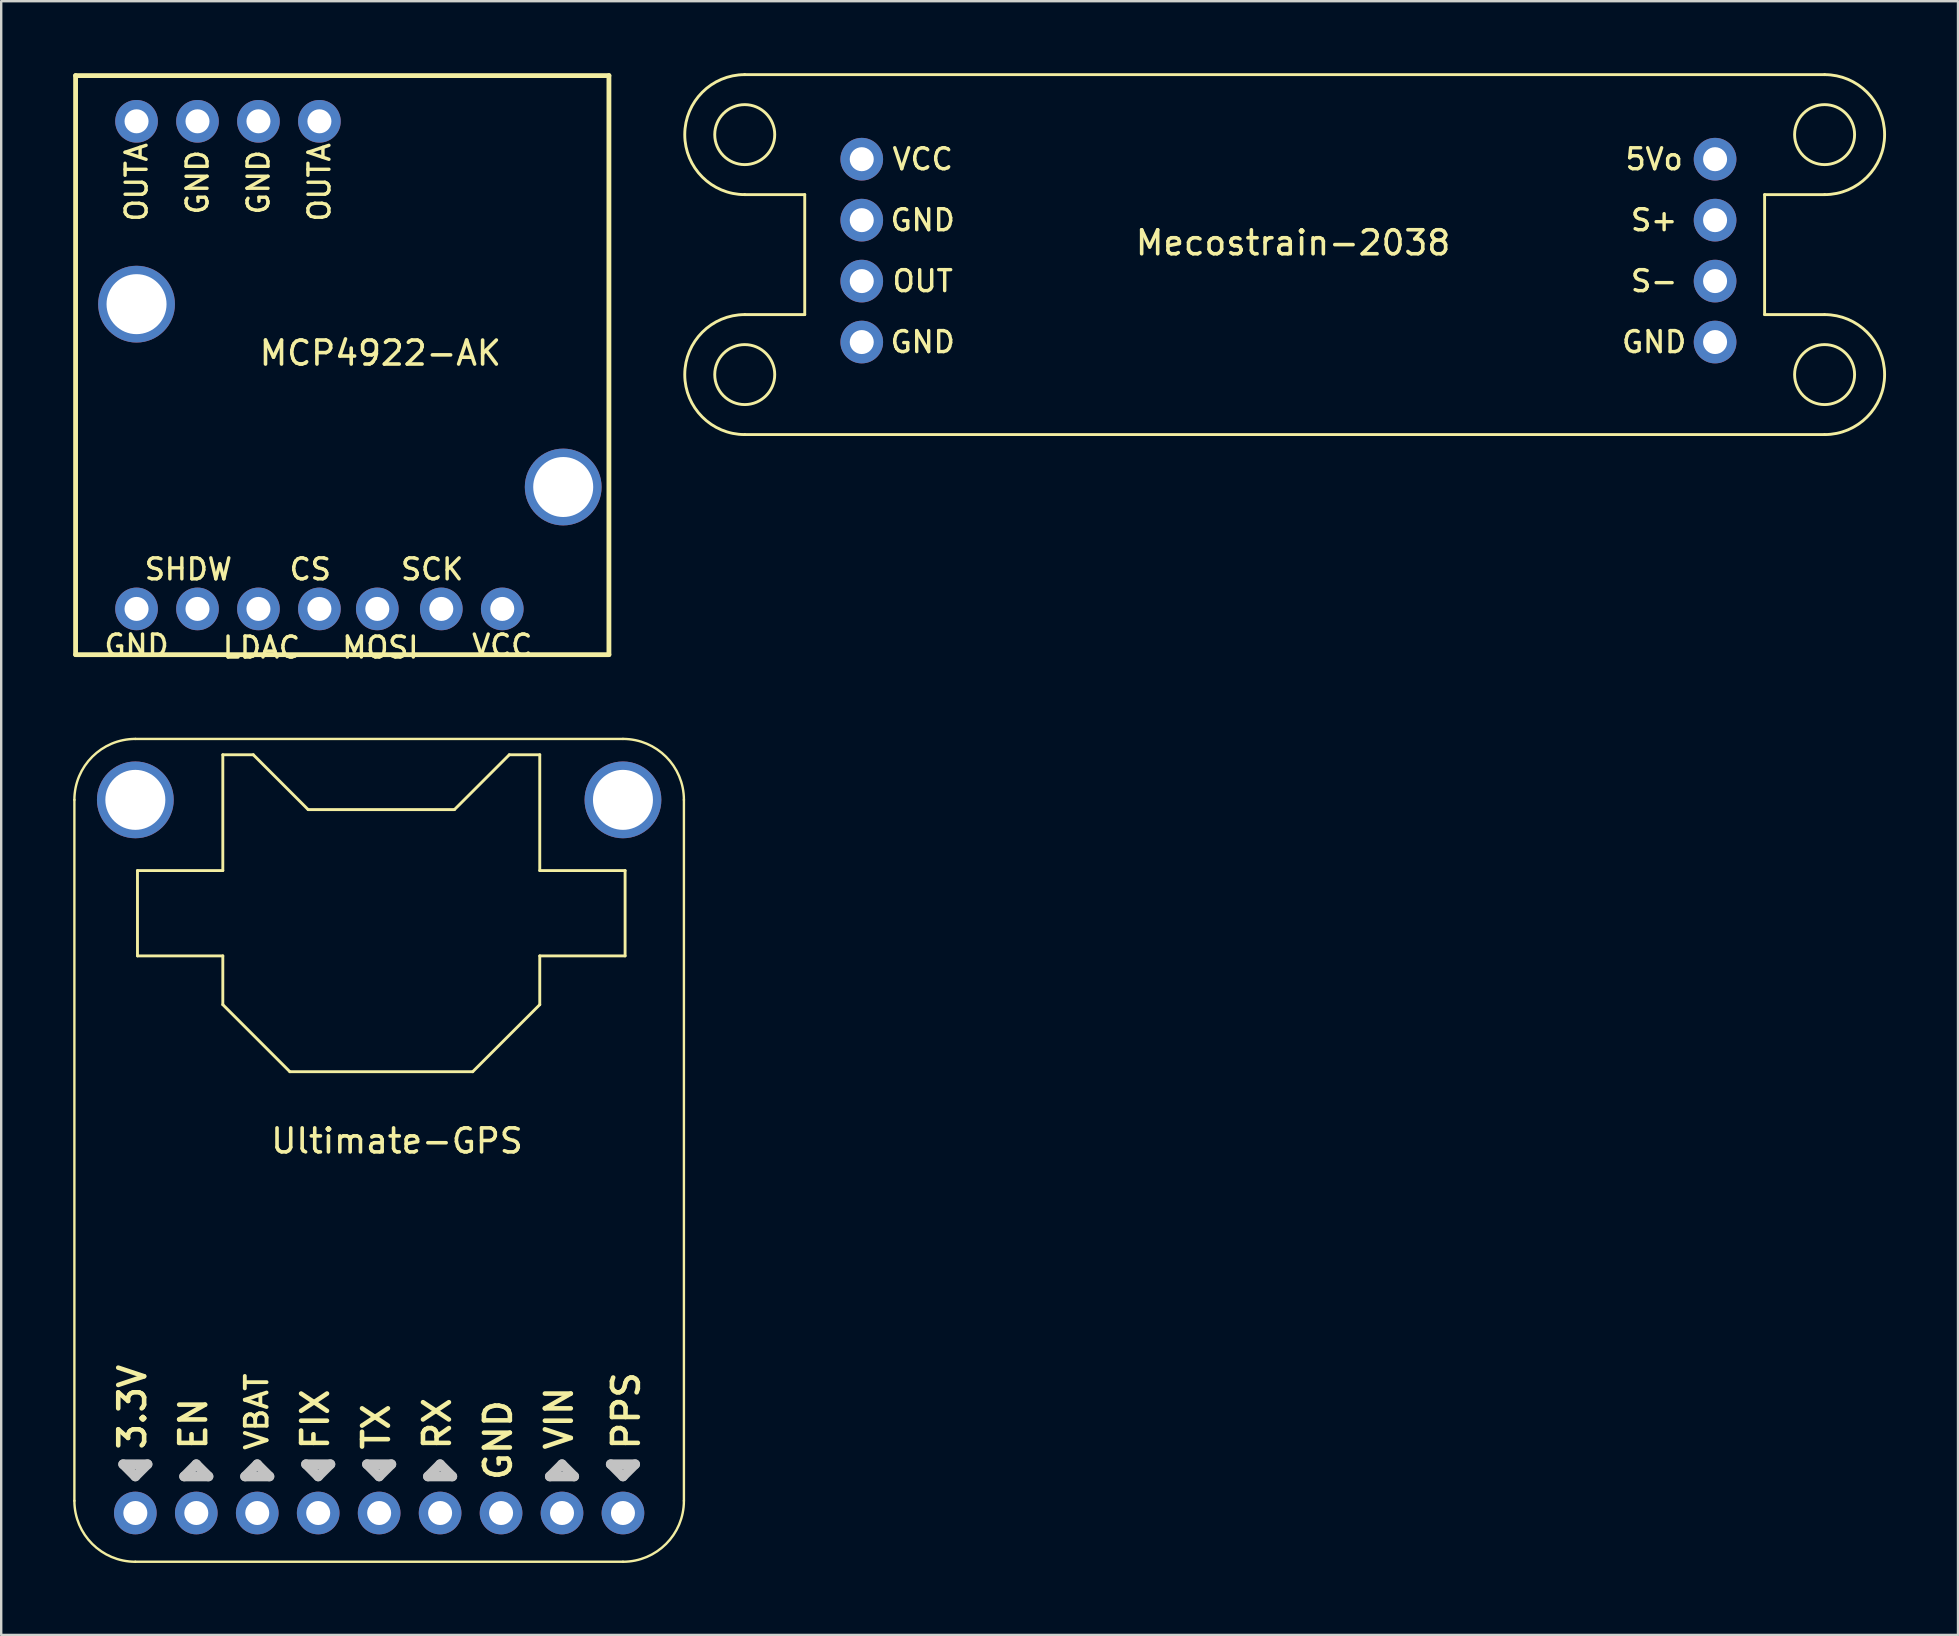
<source format=kicad_pcb>
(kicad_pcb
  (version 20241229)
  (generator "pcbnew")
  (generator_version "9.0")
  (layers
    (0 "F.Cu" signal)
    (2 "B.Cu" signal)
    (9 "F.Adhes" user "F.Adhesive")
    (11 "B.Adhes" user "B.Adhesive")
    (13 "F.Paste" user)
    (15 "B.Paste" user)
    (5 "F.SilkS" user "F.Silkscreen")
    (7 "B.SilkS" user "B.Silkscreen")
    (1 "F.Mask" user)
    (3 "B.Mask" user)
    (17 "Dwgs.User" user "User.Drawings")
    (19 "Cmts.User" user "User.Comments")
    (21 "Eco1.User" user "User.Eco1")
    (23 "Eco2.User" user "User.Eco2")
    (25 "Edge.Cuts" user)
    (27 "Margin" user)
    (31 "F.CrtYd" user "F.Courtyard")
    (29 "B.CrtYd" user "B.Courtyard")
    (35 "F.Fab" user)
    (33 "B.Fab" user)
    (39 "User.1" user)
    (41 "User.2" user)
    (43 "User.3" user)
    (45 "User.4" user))
  (footprint "Ultimate-GPS"
    (layer "F.Cu")
    (at 12.75 45.522)
    (property "Reference" "Ultimate-GPS" (at 0.744 -1.026 0) (unlocked yes) (layer "F.SilkS") (effects (font (size 1 1) (thickness 0.15))))
    (attr smd)
    (fp_line (start -12.7 13.97) (end -12.7 -15.24) (stroke (width 0.1) (type solid)) (layer "F.SilkS"))
    (fp_line (start -10.16 -17.78) (end 10.16 -17.78) (stroke (width 0.1) (type solid)) (layer "F.SilkS"))
    (fp_line (start -10.071 -12.294) (end -6.515 -12.294) (stroke (width 0.12) (type solid)) (layer "F.SilkS"))
    (fp_line (start -10.071 -8.738) (end -10.071 -12.294) (stroke (width 0.12) (type solid)) (layer "F.SilkS"))
    (fp_line (start -6.515 -17.12) (end -5.245 -17.12) (stroke (width 0.12) (type solid)) (layer "F.SilkS"))
    (fp_line (start -6.515 -12.294) (end -6.515 -17.12) (stroke (width 0.12) (type solid)) (layer "F.SilkS"))
    (fp_line (start -6.515 -8.738) (end -10.071 -8.738) (stroke (width 0.12) (type solid)) (layer "F.SilkS"))
    (fp_line (start -6.515 -6.706) (end -6.515 -8.738) (stroke (width 0.12) (type solid)) (layer "F.SilkS"))
    (fp_line (start -5.245 -17.12) (end -2.959 -14.834) (stroke (width 0.12) (type solid)) (layer "F.SilkS"))
    (fp_line (start -3.721 -3.912) (end -6.515 -6.706) (stroke (width 0.12) (type solid)) (layer "F.SilkS"))
    (fp_line (start -2.959 -14.834) (end 3.137 -14.834) (stroke (width 0.12) (type solid)) (layer "F.SilkS"))
    (fp_line (start 3.137 -14.834) (end 5.423 -17.12) (stroke (width 0.12) (type solid)) (layer "F.SilkS"))
    (fp_line (start 3.899 -3.912) (end -3.721 -3.912) (stroke (width 0.12) (type solid)) (layer "F.SilkS"))
    (fp_line (start 5.423 -17.12) (end 6.693 -17.12) (stroke (width 0.12) (type solid)) (layer "F.SilkS"))
    (fp_line (start 6.693 -17.12) (end 6.693 -12.294) (stroke (width 0.12) (type solid)) (layer "F.SilkS"))
    (fp_line (start 6.693 -12.294) (end 10.249 -12.294) (stroke (width 0.12) (type solid)) (layer "F.SilkS"))
    (fp_line (start 6.693 -8.738) (end 6.693 -6.706) (stroke (width 0.12) (type solid)) (layer "F.SilkS"))
    (fp_line (start 6.693 -6.706) (end 3.899 -3.912) (stroke (width 0.12) (type solid)) (layer "F.SilkS"))
    (fp_line (start 10.16 16.51) (end -10.16 16.51) (stroke (width 0.1) (type solid)) (layer "F.SilkS"))
    (fp_line (start 10.249 -12.294) (end 10.249 -8.738) (stroke (width 0.12) (type solid)) (layer "F.SilkS"))
    (fp_line (start 10.249 -8.738) (end 6.693 -8.738) (stroke (width 0.12) (type solid)) (layer "F.SilkS"))
    (fp_line (start 12.7 -15.24) (end 12.7 13.97) (stroke (width 0.1) (type solid)) (layer "F.SilkS"))
    (fp_arc (start -12.7 -15.24) (mid -11.956051 -17.036051) (end -10.16 -17.78) (stroke (width 0.1) (type solid)) (layer "F.SilkS"))
    (fp_arc (start -10.16 16.51) (mid -11.956052 15.766052) (end -12.7 13.97) (stroke (width 0.1) (type solid)) (layer "F.SilkS"))
    (fp_arc (start 10.16 -17.78) (mid 11.95605 -17.036051) (end 12.7 -15.24) (stroke (width 0.1) (type solid)) (layer "F.SilkS"))
    (fp_arc (start 12.7 13.97) (mid 11.956051 15.766051) (end 10.16 16.51) (stroke (width 0.1) (type solid)) (layer "F.SilkS"))
    (fp_line (start -10.668 12.446) (end -10.16 12.954) (stroke (width 0.406) (type solid)) (layer "Dwgs.User"))
    (fp_line (start -10.16 12.954) (end -9.652 12.446) (stroke (width 0.406) (type solid)) (layer "Dwgs.User"))
    (fp_line (start -9.652 12.446) (end -10.668 12.446) (stroke (width 0.406) (type solid)) (layer "Dwgs.User"))
    (fp_line (start -8.128 12.954) (end -7.112 12.954) (stroke (width 0.406) (type solid)) (layer "Dwgs.User"))
    (fp_line (start -7.62 12.446) (end -8.128 12.954) (stroke (width 0.406) (type solid)) (layer "Dwgs.User"))
    (fp_line (start -7.112 12.954) (end -7.62 12.446) (stroke (width 0.406) (type solid)) (layer "Dwgs.User"))
    (fp_line (start -5.588 12.954) (end -4.572 12.954) (stroke (width 0.406) (type solid)) (layer "Dwgs.User"))
    (fp_line (start -5.08 12.446) (end -5.588 12.954) (stroke (width 0.406) (type solid)) (layer "Dwgs.User"))
    (fp_line (start -4.572 12.954) (end -5.08 12.446) (stroke (width 0.406) (type solid)) (layer "Dwgs.User"))
    (fp_line (start -3.048 12.446) (end -2.54 12.954) (stroke (width 0.406) (type solid)) (layer "Dwgs.User"))
    (fp_line (start -2.54 12.954) (end -2.032 12.446) (stroke (width 0.406) (type solid)) (layer "Dwgs.User"))
    (fp_line (start -2.032 12.446) (end -3.048 12.446) (stroke (width 0.406) (type solid)) (layer "Dwgs.User"))
    (fp_line (start -0.508 12.446) (end 0 12.954) (stroke (width 0.406) (type solid)) (layer "Dwgs.User"))
    (fp_line (start 0 12.954) (end 0.508 12.446) (stroke (width 0.406) (type solid)) (layer "Dwgs.User"))
    (fp_line (start 0.508 12.446) (end -0.508 12.446) (stroke (width 0.406) (type solid)) (layer "Dwgs.User"))
    (fp_line (start 2.032 12.954) (end 3.048 12.954) (stroke (width 0.406) (type solid)) (layer "Dwgs.User"))
    (fp_line (start 2.54 12.446) (end 2.032 12.954) (stroke (width 0.406) (type solid)) (layer "Dwgs.User"))
    (fp_line (start 3.048 12.954) (end 2.54 12.446) (stroke (width 0.406) (type solid)) (layer "Dwgs.User"))
    (fp_line (start 7.112 12.954) (end 8.128 12.954) (stroke (width 0.406) (type solid)) (layer "Dwgs.User"))
    (fp_line (start 7.62 12.446) (end 7.112 12.954) (stroke (width 0.406) (type solid)) (layer "Dwgs.User"))
    (fp_line (start 8.128 12.954) (end 7.62 12.446) (stroke (width 0.406) (type solid)) (layer "Dwgs.User"))
    (fp_line (start 9.652 12.446) (end 10.16 12.954) (stroke (width 0.406) (type solid)) (layer "Dwgs.User"))
    (fp_line (start 10.16 12.954) (end 10.668 12.446) (stroke (width 0.406) (type solid)) (layer "Dwgs.User"))
    (fp_line (start 10.668 12.446) (end 9.652 12.446) (stroke (width 0.406) (type solid)) (layer "Dwgs.User"))
    (fp_text user "VIN" (at 8.128 11.938 90) (layer "F.SilkS") (effects (font (size 1.079 1.079) (thickness 0.191)) (justify left bottom)))
    (fp_text user "3.3V" (at -9.652 11.938 90) (layer "F.SilkS") (effects (font (size 1.079 1.079) (thickness 0.191)) (justify left bottom)))
    (fp_text user "GND" (at 5.588 13.208 90) (layer "F.SilkS") (effects (font (size 1.079 1.079) (thickness 0.191)) (justify left bottom)))
    (fp_text user "TX" (at 0.508 11.938 90) (layer "F.SilkS") (effects (font (size 1.079 1.079) (thickness 0.191)) (justify left bottom)))
    (fp_text user "FIX" (at -2.032 11.938 90) (layer "F.SilkS") (effects (font (size 1.079 1.079) (thickness 0.191)) (justify left bottom)))
    (fp_text user "PPS" (at 10.922 11.938 90) (layer "F.SilkS") (effects (font (size 1.079 1.079) (thickness 0.191)) (justify left bottom)))
    (fp_text user "RX" (at 3.048 11.938 90) (layer "F.SilkS") (effects (font (size 1.079 1.079) (thickness 0.191)) (justify left bottom)))
    (fp_text user "EN" (at -7.112 11.938 90) (layer "F.SilkS") (effects (font (size 1.079 1.079) (thickness 0.191)) (justify left bottom)))
    (fp_text user "VBAT" (at -4.572 11.938 90) (layer "F.SilkS") (effects (font (size 0.907 0.907) (thickness 0.16)) (justify left bottom)))
    (pad "1" thru_hole circle (at 10.16 14.478 270) (size 1.778 1.778) (drill 1) (layers "*.Cu" "*.Mask"))
    (pad "2" thru_hole circle (at 7.62 14.478 270) (size 1.778 1.778) (drill 1) (layers "*.Cu" "*.Mask"))
    (pad "3" thru_hole circle (at 5.08 14.478 270) (size 1.778 1.778) (drill 1) (layers "*.Cu" "*.Mask"))
    (pad "4" thru_hole circle (at 2.54 14.478 270) (size 1.778 1.778) (drill 1) (layers "*.Cu" "*.Mask"))
    (pad "5" thru_hole circle (at 0 14.478 270) (size 1.778 1.778) (drill 1) (layers "*.Cu" "*.Mask"))
    (pad "6" thru_hole circle (at -2.54 14.478 270) (size 1.778 1.778) (drill 1) (layers "*.Cu" "*.Mask"))
    (pad "7" thru_hole circle (at -5.08 14.478 270) (size 1.778 1.778) (drill 1) (layers "*.Cu" "*.Mask"))
    (pad "8" thru_hole circle (at -7.62 14.478 270) (size 1.778 1.778) (drill 1) (layers "*.Cu" "*.Mask"))
    (pad "9" thru_hole circle (at -10.16 14.478 270) (size 1.778 1.778) (drill 1) (layers "*.Cu" "*.Mask"))
    (pad "P$1" thru_hole circle (at -10.16 -15.24) (size 3.2 3.2) (drill 2.5) (layers "*.Cu" "*.Mask"))
    (pad "P$1" thru_hole circle (at 10.16 -15.24) (size 3.2 3.2) (drill 2.5) (layers "*.Cu" "*.Mask")))
  (footprint "MCP4922-AK"
    (layer "F.Cu")
    (at 11.53 12.165)
    (property "Reference" "MCP4922-AK" (at 1.27 -0.5 0) (unlocked yes) (layer "F.SilkS") (effects (font (size 1 1) (thickness 0.15))))
    (attr through_hole)
    (fp_line (start -11.43 -12.065) (end -11.43 12.065) (stroke (width 0.2) (type solid)) (layer "F.SilkS"))
    (fp_line (start -11.43 12.065) (end 10.795 12.065) (stroke (width 0.2) (type solid)) (layer "F.SilkS"))
    (fp_line (start 10.795 -12.065) (end -11.43 -12.065) (stroke (width 0.2) (type solid)) (layer "F.SilkS"))
    (fp_line (start 10.795 12.065) (end 10.795 -12.065) (stroke (width 0.2) (type solid)) (layer "F.SilkS"))
    (fp_text user "SCK" (at 3.429 8.509 0) (layer "F.SilkS") (effects (font (size 0.874 0.874) (thickness 0.142))))
    (fp_text user "SHDW" (at -6.731 8.509 0) (layer "F.SilkS") (effects (font (size 0.874 0.874) (thickness 0.142))))
    (fp_text user "GND" (at -8.89 11.684 0) (layer "F.SilkS") (effects (font (size 0.874 0.874) (thickness 0.142))))
    (fp_text user "MOSI" (at 1.27 11.767 0) (layer "F.SilkS") (effects (font (size 0.874 0.874) (thickness 0.142))))
    (fp_text user "GND" (at -3.81 -7.62 90) (layer "F.SilkS") (effects (font (size 0.874 0.874) (thickness 0.142))))
    (fp_text user "VCC" (at 6.35 11.684 0) (layer "F.SilkS") (effects (font (size 0.874 0.874) (thickness 0.142))))
    (fp_text user "LDAC" (at -3.683 11.767 0) (layer "F.SilkS") (effects (font (size 0.874 0.874) (thickness 0.142))))
    (fp_text user "CS" (at -1.651 8.509 0) (layer "F.SilkS") (effects (font (size 0.874 0.874) (thickness 0.142))))
    (fp_text user "OUTA" (at -1.27 -7.62 90) (layer "F.SilkS") (effects (font (size 0.874 0.874) (thickness 0.142))))
    (fp_text user "OUTA" (at -8.89 -7.62 90) (layer "F.SilkS") (effects (font (size 0.874 0.874) (thickness 0.142))))
    (fp_text user "GND" (at -6.35 -7.62 90) (layer "F.SilkS") (effects (font (size 0.874 0.874) (thickness 0.142))))
    (pad "1" thru_hole circle (at -8.89 10.16 270) (size 1.778 1.778) (drill 1) (layers "*.Cu" "*.Mask"))
    (pad "1" thru_hole circle (at -6.35 -10.16 270) (size 1.778 1.778) (drill 1) (layers "*.Cu" "*.Mask"))
    (pad "1" thru_hole circle (at -3.81 -10.16 270) (size 1.778 1.778) (drill 1) (layers "*.Cu" "*.Mask"))
    (pad "2" thru_hole circle (at -6.35 10.16 90) (size 1.778 1.778) (drill 1) (layers "*.Cu" "*.Mask"))
    (pad "3" thru_hole circle (at -3.81 10.16 90) (size 1.778 1.778) (drill 1) (layers "*.Cu" "*.Mask"))
    (pad "4" thru_hole circle (at -1.27 10.16 90) (size 1.778 1.778) (drill 1) (layers "*.Cu" "*.Mask"))
    (pad "5" thru_hole circle (at 1.143 10.16 90) (size 1.778 1.778) (drill 1) (layers "*.Cu" "*.Mask"))
    (pad "6" thru_hole circle (at 3.81 10.16 90) (size 1.778 1.778) (drill 1) (layers "*.Cu" "*.Mask"))
    (pad "7" thru_hole circle (at 6.35 10.16 270) (size 1.778 1.778) (drill 1) (layers "*.Cu" "*.Mask"))
    (pad "8" thru_hole circle (at -8.89 -10.16 90) (size 1.778 1.778) (drill 1) (layers "*.Cu" "*.Mask"))
    (pad "9" thru_hole circle (at -1.27 -10.16 90) (size 1.778 1.778) (drill 1) (layers "*.Cu" "*.Mask"))
    (pad "P$1" thru_hole circle (at -8.89 -2.54) (size 3.2 3.2) (drill 2.5) (layers "*.Cu" "*.Mask"))
    (pad "P$1" thru_hole circle (at 8.89 5.08) (size 3.2 3.2) (drill 2.5) (layers "*.Cu" "*.Mask")))
  (footprint "Mecostrain-2038"
    (layer "F.Cu")
    (at 51.911 7.394)
    (property "Reference" "Mecostrain-2038" (at -1.076 -0.324 0) (unlocked yes) (layer "F.SilkS") (effects (font (size 1 1) (thickness 0.15))))
    (attr through_hole)
    (fp_line (start -23.926 -7.334) (end 21.074 -7.334) (stroke (width 0.12) (type solid)) (layer "F.SilkS"))
    (fp_line (start -23.926 -2.334) (end -21.426 -2.334) (stroke (width 0.12) (type solid)) (layer "F.SilkS"))
    (fp_line (start -21.426 -2.334) (end -21.426 2.666) (stroke (width 0.12) (type solid)) (layer "F.SilkS"))
    (fp_line (start -21.426 2.666) (end -23.926 2.666) (stroke (width 0.12) (type solid)) (layer "F.SilkS"))
    (fp_line (start 18.574 -2.334) (end 18.574 2.666) (stroke (width 0.12) (type solid)) (layer "F.SilkS"))
    (fp_line (start 18.574 2.666) (end 21.074 2.666) (stroke (width 0.12) (type solid)) (layer "F.SilkS"))
    (fp_line (start 21.074 -2.334) (end 18.574 -2.334) (stroke (width 0.12) (type solid)) (layer "F.SilkS"))
    (fp_line (start 21.074 7.666) (end -23.926 7.666) (stroke (width 0.12) (type solid)) (layer "F.SilkS"))
    (fp_arc (start -23.925807 -2.33396) (mid -26.425807 -4.83396) (end -23.925807 -7.33396) (stroke (width 0.12) (type solid)) (layer "F.SilkS"))
    (fp_arc (start -23.925807 7.66604) (mid -26.425807 5.16604) (end -23.925807 2.66604) (stroke (width 0.12) (type solid)) (layer "F.SilkS"))
    (fp_arc (start 21.074193 -7.33396) (mid 23.574193 -4.83396) (end 21.074193 -2.33396) (stroke (width 0.12) (type solid)) (layer "F.SilkS"))
    (fp_arc (start 21.074193 2.66604) (mid 23.574193 5.16604) (end 21.074193 7.66604) (stroke (width 0.12) (type solid)) (layer "F.SilkS"))
    (fp_circle (center -23.926 -4.834) (end -23.926 -6.084) (stroke (width 0.12) (type solid)) (fill no) (layer "F.SilkS"))
    (fp_circle (center -23.926 5.166) (end -23.926 3.916) (stroke (width 0.12) (type solid)) (fill no) (layer "F.SilkS"))
    (fp_circle (center 21.074 -4.834) (end 21.074 -6.084) (stroke (width 0.12) (type solid)) (fill no) (layer "F.SilkS"))
    (fp_circle (center 21.074 5.166) (end 21.074 3.916) (stroke (width 0.12) (type solid)) (fill no) (layer "F.SilkS"))
    (fp_text user "5Vo" (at 13.97 -3.81 0) (layer "F.SilkS") (effects (font (size 0.874 0.874) (thickness 0.142))))
    (fp_text user "GND" (at 13.97 3.81 0) (layer "F.SilkS") (effects (font (size 0.874 0.874) (thickness 0.142))))
    (fp_text user "GND" (at -16.51 3.81 0) (layer "F.SilkS") (effects (font (size 0.874 0.874) (thickness 0.142))))
    (fp_text user "S-" (at 13.97 1.27 0) (layer "F.SilkS") (effects (font (size 0.874 0.874) (thickness 0.142))))
    (fp_text user "OUT" (at -16.51 1.27 0) (layer "F.SilkS") (effects (font (size 0.874 0.874) (thickness 0.142))))
    (fp_text user "GND" (at -16.51 -1.27 0) (layer "F.SilkS") (effects (font (size 0.874 0.874) (thickness 0.142))))
    (fp_text user "S+" (at 13.97 -1.27 0) (layer "F.SilkS") (effects (font (size 0.874 0.874) (thickness 0.142))))
    (fp_text user "VCC" (at -16.51 -3.81 0) (layer "F.SilkS") (effects (font (size 0.874 0.874) (thickness 0.142))))
    (pad "1" thru_hole circle (at -19.05 -3.81 90) (size 1.778 1.778) (drill 1) (layers "*.Cu" "*.Mask"))
    (pad "2" thru_hole circle (at -19.05 -1.27 90) (size 1.778 1.778) (drill 1) (layers "*.Cu" "*.Mask"))
    (pad "2" thru_hole circle (at -19.05 3.81 90) (size 1.778 1.778) (drill 1) (layers "*.Cu" "*.Mask"))
    (pad "2" thru_hole circle (at 16.51 3.81 90) (size 1.778 1.778) (drill 1) (layers "*.Cu" "*.Mask"))
    (pad "3" thru_hole circle (at -19.05 1.27 90) (size 1.778 1.778) (drill 1) (layers "*.Cu" "*.Mask"))
    (pad "4" thru_hole circle (at 16.51 -3.81 90) (size 1.778 1.778) (drill 1) (layers "*.Cu" "*.Mask"))
    (pad "5" thru_hole circle (at 16.51 -1.27 90) (size 1.778 1.778) (drill 1) (layers "*.Cu" "*.Mask"))
    (pad "6" thru_hole circle (at 16.51 1.27 90) (size 1.778 1.778) (drill 1) (layers "*.Cu" "*.Mask")))
  (gr_rect
    (start -3 -3)
    (end 78.545 65.082)
    (stroke (width 0.1) (type default))
    (fill no)
    (layer "Edge.Cuts")))
</source>
